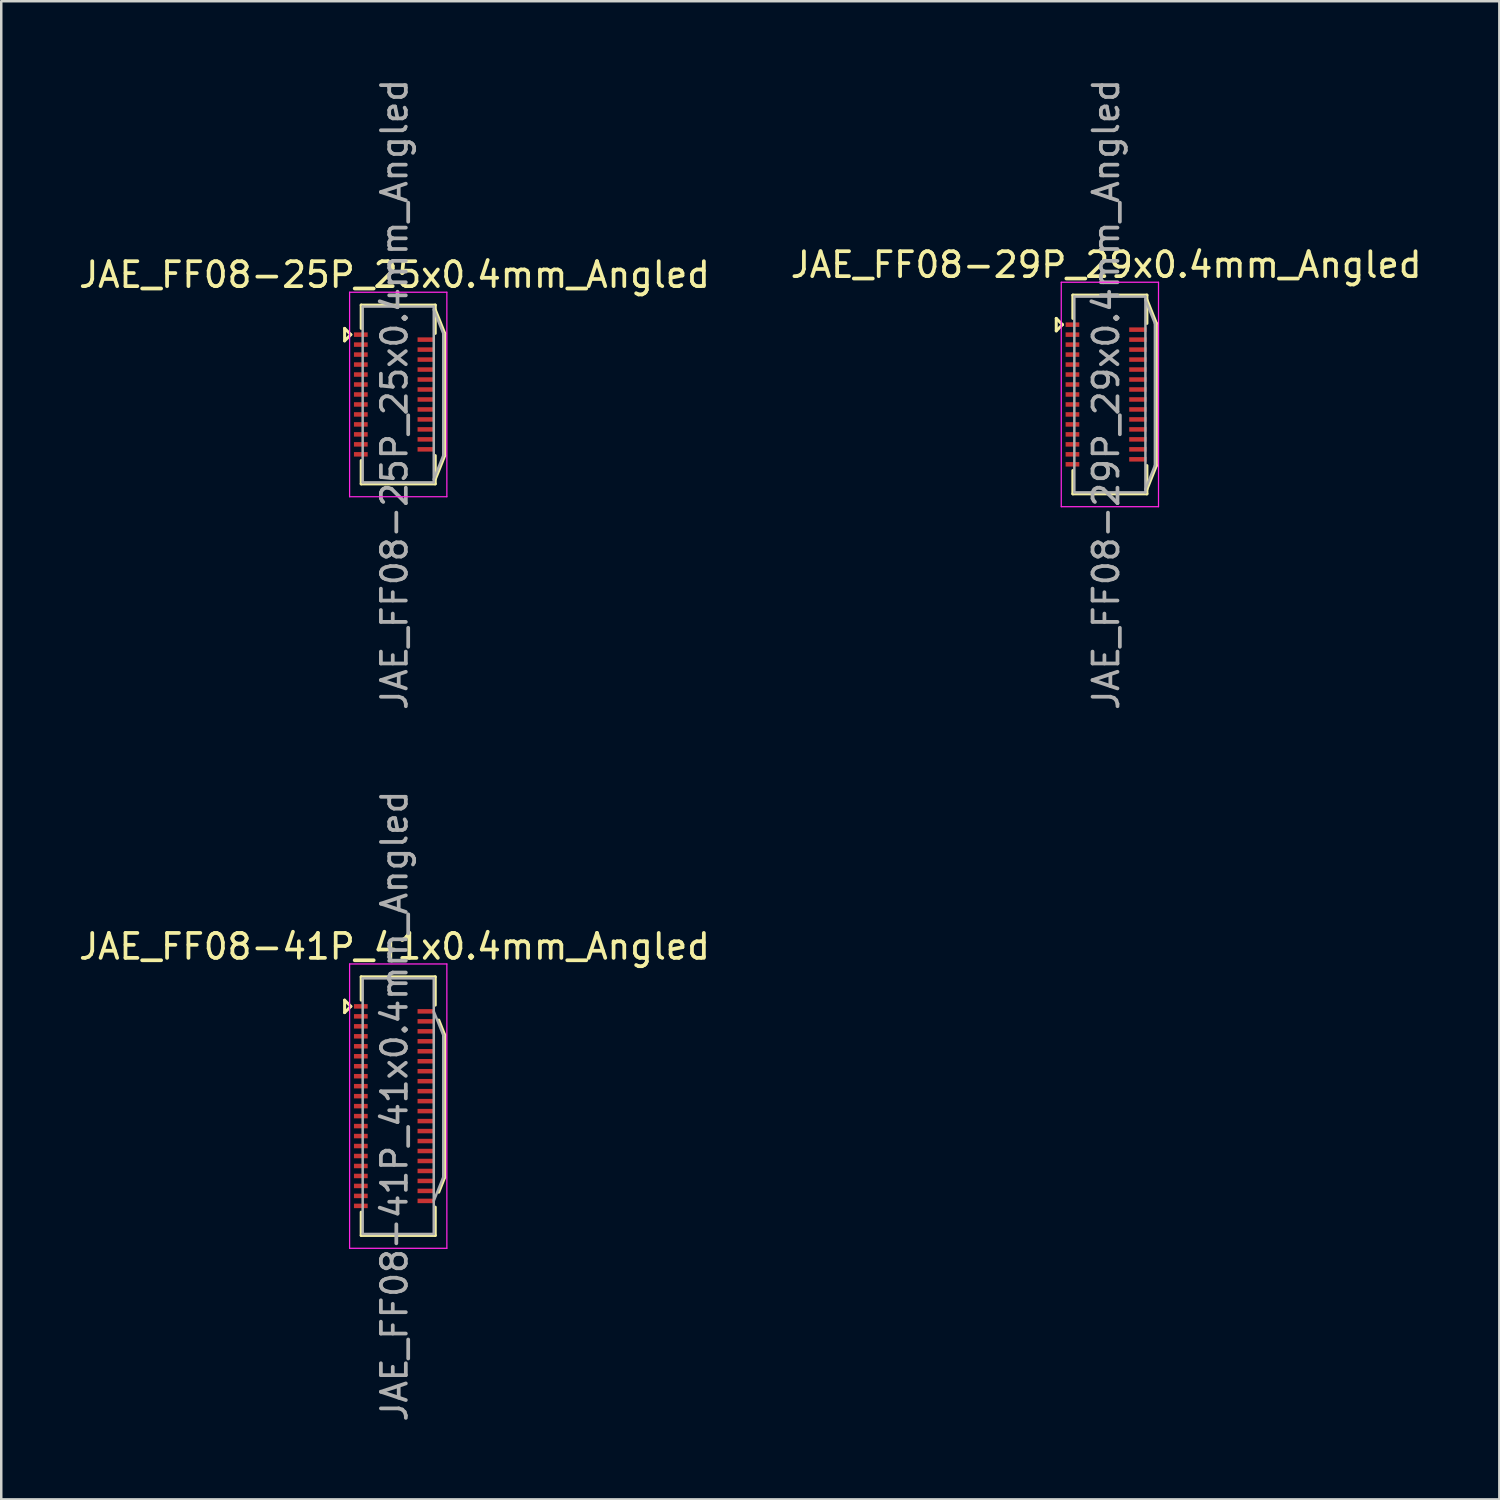
<source format=kicad_pcb>
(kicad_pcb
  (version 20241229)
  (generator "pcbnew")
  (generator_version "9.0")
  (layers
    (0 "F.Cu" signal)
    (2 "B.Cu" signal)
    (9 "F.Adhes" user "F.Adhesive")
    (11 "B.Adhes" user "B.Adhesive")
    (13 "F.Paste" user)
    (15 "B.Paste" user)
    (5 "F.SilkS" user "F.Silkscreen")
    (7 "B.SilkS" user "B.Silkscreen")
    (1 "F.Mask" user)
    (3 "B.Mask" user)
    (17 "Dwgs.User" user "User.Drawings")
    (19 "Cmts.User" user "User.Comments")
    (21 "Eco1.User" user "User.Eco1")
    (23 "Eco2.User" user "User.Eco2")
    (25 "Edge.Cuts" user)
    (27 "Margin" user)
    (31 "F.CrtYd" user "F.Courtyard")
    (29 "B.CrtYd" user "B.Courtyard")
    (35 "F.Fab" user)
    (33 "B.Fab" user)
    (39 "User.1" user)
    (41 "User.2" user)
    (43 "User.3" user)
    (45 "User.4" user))
  (footprint "JAE_FF08-25P_25x0.4mm_Angled"
    (layer "F.Cu")
    (at 12.768 12.768)
    (property "Reference" "JAE_FF08-25P_25x0.4mm_Angled" (at 0 -4.8 0) (layer "F.SilkS") (effects (font (size 1 1) (thickness 0.15))))
    (attr smd)
    (fp_line (start -2 -2.65) (end -1.75 -2.4) (stroke (width 0.12) (type solid)) (layer "F.SilkS"))
    (fp_line (start -2 -2.15) (end -2 -2.65) (stroke (width 0.12) (type solid)) (layer "F.SilkS"))
    (fp_line (start -1.75 -2.4) (end -2 -2.15) (stroke (width 0.12) (type solid)) (layer "F.SilkS"))
    (fp_line (start -1.335 -3.585) (end -1.335 -2.65) (stroke (width 0.12) (type solid)) (layer "F.SilkS"))
    (fp_line (start -1.335 -3.585) (end 1.635 -3.585) (stroke (width 0.12) (type solid)) (layer "F.SilkS"))
    (fp_line (start -1.335 3.585) (end -1.335 2.65) (stroke (width 0.12) (type solid)) (layer "F.SilkS"))
    (fp_line (start 1.635 -3.585) (end 1.635 -2.45) (stroke (width 0.12) (type solid)) (layer "F.SilkS"))
    (fp_line (start 1.635 -3.4) (end 2.015 -2.45) (stroke (width 0.12) (type solid)) (layer "F.SilkS"))
    (fp_line (start 1.635 2.45) (end 1.635 3.585) (stroke (width 0.12) (type solid)) (layer "F.SilkS"))
    (fp_line (start 1.635 3.4) (end 2.015 2.45) (stroke (width 0.12) (type solid)) (layer "F.SilkS"))
    (fp_line (start 1.635 3.585) (end -1.335 3.585) (stroke (width 0.12) (type solid)) (layer "F.SilkS"))
    (fp_line (start 2.015 -2.45) (end 2.015 2.45) (stroke (width 0.12) (type solid)) (layer "F.SilkS"))
    (fp_line (start -1.8 -4.1) (end 2.1 -4.1) (stroke (width 0.05) (type solid)) (layer "F.CrtYd"))
    (fp_line (start -1.8 4.1) (end -1.8 -4.1) (stroke (width 0.05) (type solid)) (layer "F.CrtYd"))
    (fp_line (start 2.1 -4.1) (end 2.1 4.1) (stroke (width 0.05) (type solid)) (layer "F.CrtYd"))
    (fp_line (start 2.1 4.1) (end -1.8 4.1) (stroke (width 0.05) (type solid)) (layer "F.CrtYd"))
    (fp_line (start -1.275 -3.525) (end 1.575 -3.525) (stroke (width 0.1) (type solid)) (layer "F.Fab"))
    (fp_line (start -1.275 3.525) (end -1.275 -3.525) (stroke (width 0.1) (type solid)) (layer "F.Fab"))
    (fp_line (start -1.275 3.525) (end 1.575 3.525) (stroke (width 0.1) (type solid)) (layer "F.Fab"))
    (fp_line (start 1.575 3.525) (end 1.575 -3.525) (stroke (width 0.1) (type solid)) (layer "F.Fab"))
    (fp_line (start 1.955 -2.45) (end 1.575 -3.4) (stroke (width 0.1) (type solid)) (layer "F.Fab"))
    (fp_line (start 1.955 2.45) (end 1.575 3.4) (stroke (width 0.1) (type solid)) (layer "F.Fab"))
    (fp_line (start 1.955 2.45) (end 1.955 -2.45) (stroke (width 0.1) (type solid)) (layer "F.Fab"))
    (fp_text user "${REFERENCE}" (at 0 0 90) (layer "F.Fab") (effects (font (size 1 1) (thickness 0.15))))
    (pad "1" smd rect (at -1.35 -2.4 90) (size 0.18 0.55) (layers "F.Cu" "F.Mask" "F.Paste"))
    (pad "2" smd rect (at 1.275 -2.2 90) (size 0.18 0.7) (layers "F.Cu" "F.Mask" "F.Paste"))
    (pad "3" smd rect (at -1.35 -2 90) (size 0.18 0.55) (layers "F.Cu" "F.Mask" "F.Paste"))
    (pad "4" smd rect (at 1.275 -1.8 90) (size 0.18 0.7) (layers "F.Cu" "F.Mask" "F.Paste"))
    (pad "5" smd rect (at -1.35 -1.6 90) (size 0.18 0.55) (layers "F.Cu" "F.Mask" "F.Paste"))
    (pad "6" smd rect (at 1.275 -1.4 90) (size 0.18 0.7) (layers "F.Cu" "F.Mask" "F.Paste"))
    (pad "7" smd rect (at -1.35 -1.2 90) (size 0.18 0.55) (layers "F.Cu" "F.Mask" "F.Paste"))
    (pad "8" smd rect (at 1.275 -1 90) (size 0.18 0.7) (layers "F.Cu" "F.Mask" "F.Paste"))
    (pad "9" smd rect (at -1.35 -0.8 90) (size 0.18 0.55) (layers "F.Cu" "F.Mask" "F.Paste"))
    (pad "10" smd rect (at 1.275 -0.6 90) (size 0.18 0.7) (layers "F.Cu" "F.Mask" "F.Paste"))
    (pad "11" smd rect (at -1.35 -0.4 90) (size 0.18 0.55) (layers "F.Cu" "F.Mask" "F.Paste"))
    (pad "12" smd rect (at 1.275 -0.2 90) (size 0.18 0.7) (layers "F.Cu" "F.Mask" "F.Paste"))
    (pad "13" smd rect (at -1.35 0 90) (size 0.18 0.55) (layers "F.Cu" "F.Mask" "F.Paste"))
    (pad "14" smd rect (at 1.275 0.2 90) (size 0.18 0.7) (layers "F.Cu" "F.Mask" "F.Paste"))
    (pad "15" smd rect (at -1.35 0.4 90) (size 0.18 0.55) (layers "F.Cu" "F.Mask" "F.Paste"))
    (pad "16" smd rect (at 1.275 0.6 90) (size 0.18 0.7) (layers "F.Cu" "F.Mask" "F.Paste"))
    (pad "17" smd rect (at -1.35 0.8 90) (size 0.18 0.55) (layers "F.Cu" "F.Mask" "F.Paste"))
    (pad "18" smd rect (at 1.275 1 90) (size 0.18 0.7) (layers "F.Cu" "F.Mask" "F.Paste"))
    (pad "19" smd rect (at -1.35 1.2 90) (size 0.18 0.55) (layers "F.Cu" "F.Mask" "F.Paste"))
    (pad "20" smd rect (at 1.275 1.4 90) (size 0.18 0.7) (layers "F.Cu" "F.Mask" "F.Paste"))
    (pad "21" smd rect (at -1.35 1.6 90) (size 0.18 0.55) (layers "F.Cu" "F.Mask" "F.Paste"))
    (pad "22" smd rect (at 1.275 1.8 90) (size 0.18 0.7) (layers "F.Cu" "F.Mask" "F.Paste"))
    (pad "23" smd rect (at -1.35 2 90) (size 0.18 0.55) (layers "F.Cu" "F.Mask" "F.Paste"))
    (pad "24" smd rect (at 1.275 2.2 90) (size 0.18 0.7) (layers "F.Cu" "F.Mask" "F.Paste"))
    (pad "25" smd rect (at -1.35 2.4 90) (size 0.18 0.55) (layers "F.Cu" "F.Mask" "F.Paste")))
  (footprint "JAE_FF08-41P_41x0.4mm_Angled"
    (layer "F.Cu")
    (at 12.768 41.304)
    (property "Reference" "JAE_FF08-41P_41x0.4mm_Angled" (at 0 -6.4 0) (layer "F.SilkS") (effects (font (size 1 1) (thickness 0.15))))
    (attr smd)
    (fp_line (start -2 -4.25) (end -1.75 -4) (stroke (width 0.12) (type solid)) (layer "F.SilkS"))
    (fp_line (start -2 -3.75) (end -2 -4.25) (stroke (width 0.12) (type solid)) (layer "F.SilkS"))
    (fp_line (start -1.75 -4) (end -2 -3.75) (stroke (width 0.12) (type solid)) (layer "F.SilkS"))
    (fp_line (start -1.335 -5.185) (end -1.335 -4.25) (stroke (width 0.12) (type solid)) (layer "F.SilkS"))
    (fp_line (start -1.335 -5.185) (end 1.635 -5.185) (stroke (width 0.12) (type solid)) (layer "F.SilkS"))
    (fp_line (start -1.335 5.185) (end -1.335 4.25) (stroke (width 0.12) (type solid)) (layer "F.SilkS"))
    (fp_line (start 1.635 -5.185) (end 1.635 -4.05) (stroke (width 0.12) (type solid)) (layer "F.SilkS"))
    (fp_line (start 1.635 4.05) (end 1.635 5.185) (stroke (width 0.12) (type solid)) (layer "F.SilkS"))
    (fp_line (start 1.635 5.185) (end -1.335 5.185) (stroke (width 0.12) (type solid)) (layer "F.SilkS"))
    (fp_line (start 1.775 -3.45) (end 2.015 -2.85) (stroke (width 0.12) (type solid)) (layer "F.SilkS"))
    (fp_line (start 1.775 3.45) (end 2.015 2.85) (stroke (width 0.12) (type solid)) (layer "F.SilkS"))
    (fp_line (start 2.015 -2.85) (end 2.015 2.85) (stroke (width 0.12) (type solid)) (layer "F.SilkS"))
    (fp_line (start -1.8 -5.7) (end 2.1 -5.7) (stroke (width 0.05) (type solid)) (layer "F.CrtYd"))
    (fp_line (start -1.8 5.7) (end -1.8 -5.7) (stroke (width 0.05) (type solid)) (layer "F.CrtYd"))
    (fp_line (start 2.1 -5.7) (end 2.1 5.7) (stroke (width 0.05) (type solid)) (layer "F.CrtYd"))
    (fp_line (start 2.1 5.7) (end -1.8 5.7) (stroke (width 0.05) (type solid)) (layer "F.CrtYd"))
    (fp_line (start -1.275 -5.125) (end 1.575 -5.125) (stroke (width 0.1) (type solid)) (layer "F.Fab"))
    (fp_line (start -1.275 5.125) (end -1.275 -5.125) (stroke (width 0.1) (type solid)) (layer "F.Fab"))
    (fp_line (start -1.275 5.125) (end 1.575 5.125) (stroke (width 0.1) (type solid)) (layer "F.Fab"))
    (fp_line (start 1.575 5.125) (end 1.575 -5.125) (stroke (width 0.1) (type solid)) (layer "F.Fab"))
    (fp_line (start 1.955 -2.85) (end 1.575 -3.8) (stroke (width 0.1) (type solid)) (layer "F.Fab"))
    (fp_line (start 1.955 2.85) (end 1.575 3.8) (stroke (width 0.1) (type solid)) (layer "F.Fab"))
    (fp_line (start 1.955 2.85) (end 1.955 -2.85) (stroke (width 0.1) (type solid)) (layer "F.Fab"))
    (fp_text user "${REFERENCE}" (at 0 0 90) (layer "F.Fab") (effects (font (size 1 1) (thickness 0.15))))
    (pad "1" smd rect (at -1.35 -4 90) (size 0.18 0.55) (layers "F.Cu" "F.Mask" "F.Paste"))
    (pad "2" smd rect (at 1.275 -3.8 90) (size 0.18 0.7) (layers "F.Cu" "F.Mask" "F.Paste"))
    (pad "3" smd rect (at -1.35 -3.6 90) (size 0.18 0.55) (layers "F.Cu" "F.Mask" "F.Paste"))
    (pad "4" smd rect (at 1.275 -3.4 90) (size 0.18 0.7) (layers "F.Cu" "F.Mask" "F.Paste"))
    (pad "5" smd rect (at -1.35 -3.2 90) (size 0.18 0.55) (layers "F.Cu" "F.Mask" "F.Paste"))
    (pad "6" smd rect (at 1.275 -3 90) (size 0.18 0.7) (layers "F.Cu" "F.Mask" "F.Paste"))
    (pad "7" smd rect (at -1.35 -2.8 90) (size 0.18 0.55) (layers "F.Cu" "F.Mask" "F.Paste"))
    (pad "8" smd rect (at 1.275 -2.6 90) (size 0.18 0.7) (layers "F.Cu" "F.Mask" "F.Paste"))
    (pad "9" smd rect (at -1.35 -2.4 90) (size 0.18 0.55) (layers "F.Cu" "F.Mask" "F.Paste"))
    (pad "10" smd rect (at 1.275 -2.2 90) (size 0.18 0.7) (layers "F.Cu" "F.Mask" "F.Paste"))
    (pad "11" smd rect (at -1.35 -2 90) (size 0.18 0.55) (layers "F.Cu" "F.Mask" "F.Paste"))
    (pad "12" smd rect (at 1.275 -1.8 90) (size 0.18 0.7) (layers "F.Cu" "F.Mask" "F.Paste"))
    (pad "13" smd rect (at -1.35 -1.6 90) (size 0.18 0.55) (layers "F.Cu" "F.Mask" "F.Paste"))
    (pad "14" smd rect (at 1.275 -1.4 90) (size 0.18 0.7) (layers "F.Cu" "F.Mask" "F.Paste"))
    (pad "15" smd rect (at -1.35 -1.2 90) (size 0.18 0.55) (layers "F.Cu" "F.Mask" "F.Paste"))
    (pad "16" smd rect (at 1.275 -1 90) (size 0.18 0.7) (layers "F.Cu" "F.Mask" "F.Paste"))
    (pad "17" smd rect (at -1.35 -0.8 90) (size 0.18 0.55) (layers "F.Cu" "F.Mask" "F.Paste"))
    (pad "18" smd rect (at 1.275 -0.6 90) (size 0.18 0.7) (layers "F.Cu" "F.Mask" "F.Paste"))
    (pad "19" smd rect (at -1.35 -0.4 90) (size 0.18 0.55) (layers "F.Cu" "F.Mask" "F.Paste"))
    (pad "20" smd rect (at 1.275 -0.2 90) (size 0.18 0.7) (layers "F.Cu" "F.Mask" "F.Paste"))
    (pad "21" smd rect (at -1.35 0 90) (size 0.18 0.55) (layers "F.Cu" "F.Mask" "F.Paste"))
    (pad "22" smd rect (at 1.275 0.2 90) (size 0.18 0.7) (layers "F.Cu" "F.Mask" "F.Paste"))
    (pad "23" smd rect (at -1.35 0.4 90) (size 0.18 0.55) (layers "F.Cu" "F.Mask" "F.Paste"))
    (pad "24" smd rect (at 1.275 0.6 90) (size 0.18 0.7) (layers "F.Cu" "F.Mask" "F.Paste"))
    (pad "25" smd rect (at -1.35 0.8 90) (size 0.18 0.55) (layers "F.Cu" "F.Mask" "F.Paste"))
    (pad "26" smd rect (at 1.275 1 90) (size 0.18 0.7) (layers "F.Cu" "F.Mask" "F.Paste"))
    (pad "27" smd rect (at -1.35 1.2 90) (size 0.18 0.55) (layers "F.Cu" "F.Mask" "F.Paste"))
    (pad "28" smd rect (at 1.275 1.4 90) (size 0.18 0.7) (layers "F.Cu" "F.Mask" "F.Paste"))
    (pad "29" smd rect (at -1.35 1.6 90) (size 0.18 0.55) (layers "F.Cu" "F.Mask" "F.Paste"))
    (pad "30" smd rect (at 1.275 1.8 90) (size 0.18 0.7) (layers "F.Cu" "F.Mask" "F.Paste"))
    (pad "31" smd rect (at -1.35 2 90) (size 0.18 0.55) (layers "F.Cu" "F.Mask" "F.Paste"))
    (pad "32" smd rect (at 1.275 2.2 90) (size 0.18 0.7) (layers "F.Cu" "F.Mask" "F.Paste"))
    (pad "33" smd rect (at -1.35 2.4 90) (size 0.18 0.55) (layers "F.Cu" "F.Mask" "F.Paste"))
    (pad "34" smd rect (at 1.275 2.6 90) (size 0.18 0.7) (layers "F.Cu" "F.Mask" "F.Paste"))
    (pad "35" smd rect (at -1.35 2.8 90) (size 0.18 0.55) (layers "F.Cu" "F.Mask" "F.Paste"))
    (pad "36" smd rect (at 1.275 3 90) (size 0.18 0.7) (layers "F.Cu" "F.Mask" "F.Paste"))
    (pad "37" smd rect (at -1.35 3.2 90) (size 0.18 0.55) (layers "F.Cu" "F.Mask" "F.Paste"))
    (pad "38" smd rect (at 1.275 3.4 90) (size 0.18 0.7) (layers "F.Cu" "F.Mask" "F.Paste"))
    (pad "39" smd rect (at -1.35 3.6 90) (size 0.18 0.55) (layers "F.Cu" "F.Mask" "F.Paste"))
    (pad "40" smd rect (at 1.275 3.8 90) (size 0.18 0.7) (layers "F.Cu" "F.Mask" "F.Paste"))
    (pad "41" smd rect (at -1.35 4 90) (size 0.18 0.55) (layers "F.Cu" "F.Mask" "F.Paste")))
  (footprint "JAE_FF08-29P_29x0.4mm_Angled"
    (layer "F.Cu")
    (at 41.304 12.768)
    (property "Reference" "JAE_FF08-29P_29x0.4mm_Angled" (at 0 -5.2 0) (layer "F.SilkS") (effects (font (size 1 1) (thickness 0.15))))
    (attr smd)
    (fp_line (start -2 -3.05) (end -1.75 -2.8) (stroke (width 0.12) (type solid)) (layer "F.SilkS"))
    (fp_line (start -2 -2.55) (end -2 -3.05) (stroke (width 0.12) (type solid)) (layer "F.SilkS"))
    (fp_line (start -1.75 -2.8) (end -2 -2.55) (stroke (width 0.12) (type solid)) (layer "F.SilkS"))
    (fp_line (start -1.335 -3.985) (end -1.335 -3.05) (stroke (width 0.12) (type solid)) (layer "F.SilkS"))
    (fp_line (start -1.335 -3.985) (end 1.635 -3.985) (stroke (width 0.12) (type solid)) (layer "F.SilkS"))
    (fp_line (start -1.335 3.985) (end -1.335 3.05) (stroke (width 0.12) (type solid)) (layer "F.SilkS"))
    (fp_line (start 1.635 -3.985) (end 1.635 -2.85) (stroke (width 0.12) (type solid)) (layer "F.SilkS"))
    (fp_line (start 1.635 -3.8) (end 2.015 -2.85) (stroke (width 0.12) (type solid)) (layer "F.SilkS"))
    (fp_line (start 1.635 2.85) (end 1.635 3.985) (stroke (width 0.12) (type solid)) (layer "F.SilkS"))
    (fp_line (start 1.635 3.8) (end 2.015 2.85) (stroke (width 0.12) (type solid)) (layer "F.SilkS"))
    (fp_line (start 1.635 3.985) (end -1.335 3.985) (stroke (width 0.12) (type solid)) (layer "F.SilkS"))
    (fp_line (start 2.015 -2.85) (end 2.015 2.85) (stroke (width 0.12) (type solid)) (layer "F.SilkS"))
    (fp_line (start -1.8 -4.5) (end 2.1 -4.5) (stroke (width 0.05) (type solid)) (layer "F.CrtYd"))
    (fp_line (start -1.8 4.5) (end -1.8 -4.5) (stroke (width 0.05) (type solid)) (layer "F.CrtYd"))
    (fp_line (start 2.1 -4.5) (end 2.1 4.5) (stroke (width 0.05) (type solid)) (layer "F.CrtYd"))
    (fp_line (start 2.1 4.5) (end -1.8 4.5) (stroke (width 0.05) (type solid)) (layer "F.CrtYd"))
    (fp_line (start -1.275 -3.925) (end 1.575 -3.925) (stroke (width 0.1) (type solid)) (layer "F.Fab"))
    (fp_line (start -1.275 3.925) (end -1.275 -3.925) (stroke (width 0.1) (type solid)) (layer "F.Fab"))
    (fp_line (start -1.275 3.925) (end 1.575 3.925) (stroke (width 0.1) (type solid)) (layer "F.Fab"))
    (fp_line (start 1.575 3.925) (end 1.575 -3.925) (stroke (width 0.1) (type solid)) (layer "F.Fab"))
    (fp_line (start 1.955 -2.85) (end 1.575 -3.8) (stroke (width 0.1) (type solid)) (layer "F.Fab"))
    (fp_line (start 1.955 2.85) (end 1.575 3.8) (stroke (width 0.1) (type solid)) (layer "F.Fab"))
    (fp_line (start 1.955 2.85) (end 1.955 -2.85) (stroke (width 0.1) (type solid)) (layer "F.Fab"))
    (fp_text user "${REFERENCE}" (at 0 0 90) (layer "F.Fab") (effects (font (size 1 1) (thickness 0.15))))
    (pad "1" smd rect (at -1.35 -2.8 90) (size 0.18 0.55) (layers "F.Cu" "F.Mask" "F.Paste"))
    (pad "2" smd rect (at 1.275 -2.6 90) (size 0.18 0.7) (layers "F.Cu" "F.Mask" "F.Paste"))
    (pad "3" smd rect (at -1.35 -2.4 90) (size 0.18 0.55) (layers "F.Cu" "F.Mask" "F.Paste"))
    (pad "4" smd rect (at 1.275 -2.2 90) (size 0.18 0.7) (layers "F.Cu" "F.Mask" "F.Paste"))
    (pad "5" smd rect (at -1.35 -2 90) (size 0.18 0.55) (layers "F.Cu" "F.Mask" "F.Paste"))
    (pad "6" smd rect (at 1.275 -1.8 90) (size 0.18 0.7) (layers "F.Cu" "F.Mask" "F.Paste"))
    (pad "7" smd rect (at -1.35 -1.6 90) (size 0.18 0.55) (layers "F.Cu" "F.Mask" "F.Paste"))
    (pad "8" smd rect (at 1.275 -1.4 90) (size 0.18 0.7) (layers "F.Cu" "F.Mask" "F.Paste"))
    (pad "9" smd rect (at -1.35 -1.2 90) (size 0.18 0.55) (layers "F.Cu" "F.Mask" "F.Paste"))
    (pad "10" smd rect (at 1.275 -1 90) (size 0.18 0.7) (layers "F.Cu" "F.Mask" "F.Paste"))
    (pad "11" smd rect (at -1.35 -0.8 90) (size 0.18 0.55) (layers "F.Cu" "F.Mask" "F.Paste"))
    (pad "12" smd rect (at 1.275 -0.6 90) (size 0.18 0.7) (layers "F.Cu" "F.Mask" "F.Paste"))
    (pad "13" smd rect (at -1.35 -0.4 90) (size 0.18 0.55) (layers "F.Cu" "F.Mask" "F.Paste"))
    (pad "14" smd rect (at 1.275 -0.2 90) (size 0.18 0.7) (layers "F.Cu" "F.Mask" "F.Paste"))
    (pad "15" smd rect (at -1.35 0 90) (size 0.18 0.55) (layers "F.Cu" "F.Mask" "F.Paste"))
    (pad "16" smd rect (at 1.275 0.2 90) (size 0.18 0.7) (layers "F.Cu" "F.Mask" "F.Paste"))
    (pad "17" smd rect (at -1.35 0.4 90) (size 0.18 0.55) (layers "F.Cu" "F.Mask" "F.Paste"))
    (pad "18" smd rect (at 1.275 0.6 90) (size 0.18 0.7) (layers "F.Cu" "F.Mask" "F.Paste"))
    (pad "19" smd rect (at -1.35 0.8 90) (size 0.18 0.55) (layers "F.Cu" "F.Mask" "F.Paste"))
    (pad "20" smd rect (at 1.275 1 90) (size 0.18 0.7) (layers "F.Cu" "F.Mask" "F.Paste"))
    (pad "21" smd rect (at -1.35 1.2 90) (size 0.18 0.55) (layers "F.Cu" "F.Mask" "F.Paste"))
    (pad "22" smd rect (at 1.275 1.4 90) (size 0.18 0.7) (layers "F.Cu" "F.Mask" "F.Paste"))
    (pad "23" smd rect (at -1.35 1.6 90) (size 0.18 0.55) (layers "F.Cu" "F.Mask" "F.Paste"))
    (pad "24" smd rect (at 1.275 1.8 90) (size 0.18 0.7) (layers "F.Cu" "F.Mask" "F.Paste"))
    (pad "25" smd rect (at -1.35 2 90) (size 0.18 0.55) (layers "F.Cu" "F.Mask" "F.Paste"))
    (pad "26" smd rect (at 1.275 2.2 90) (size 0.18 0.7) (layers "F.Cu" "F.Mask" "F.Paste"))
    (pad "27" smd rect (at -1.35 2.4 90) (size 0.18 0.55) (layers "F.Cu" "F.Mask" "F.Paste"))
    (pad "28" smd rect (at 1.275 2.6 90) (size 0.18 0.7) (layers "F.Cu" "F.Mask" "F.Paste"))
    (pad "29" smd rect (at -1.35 2.8 90) (size 0.18 0.55) (layers "F.Cu" "F.Mask" "F.Paste")))
  (gr_rect
    (start -3 -3)
    (end 57.071 57.071)
    (stroke (width 0.1) (type default))
    (fill no)
    (layer "Edge.Cuts")))
</source>
